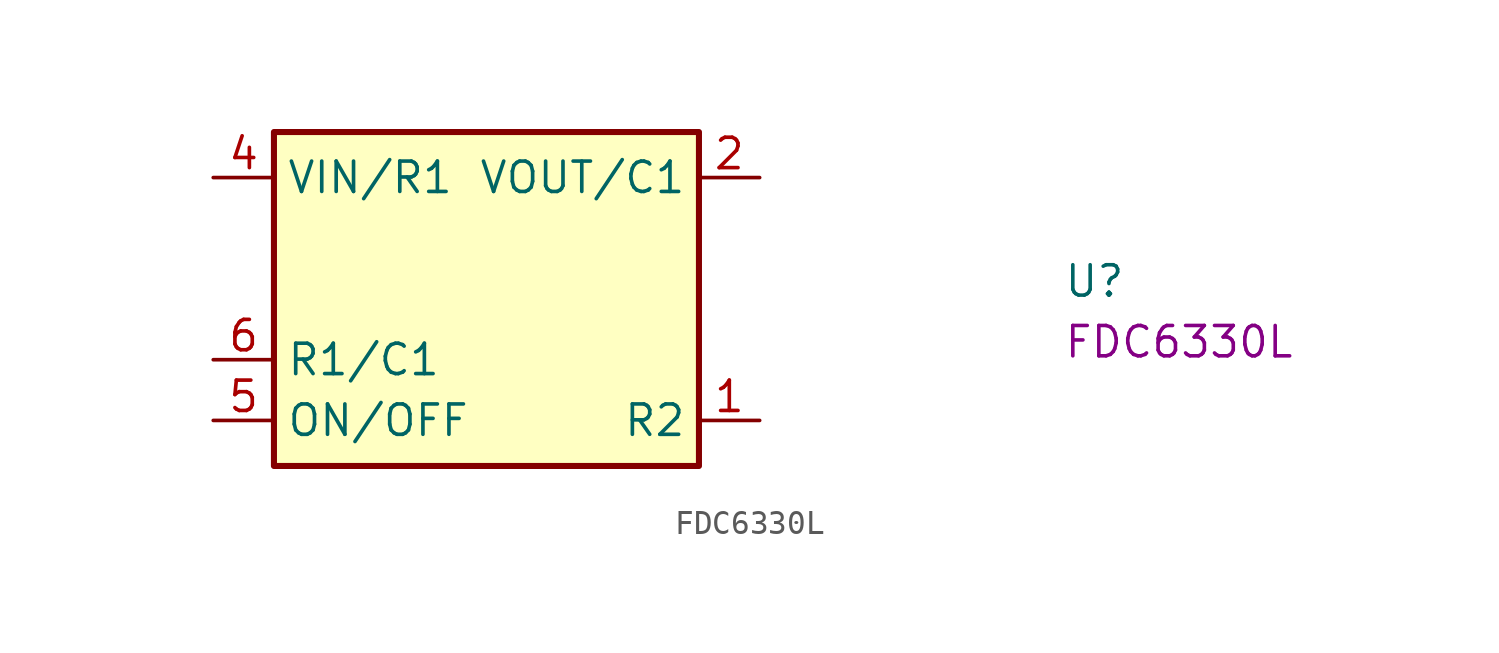
<source format=kicad_sym>
(kicad_symbol_lib
  (version 20220914)
  (generator kicad_symbol_editor)
  (symbol "FDC6330L"
    (property "Reference" "U"
      (at 35.56 -5.08 0)
      (effects (font (size 1.27 1.27) (thickness 0.15)) (justify left bottom)))
    (property "MPN" "FDC6330L"
      (at 35.56 -7.62 0)
      (effects (font (size 1.27 1.27) (thickness 0.15)) (justify left bottom)))
    (symbol "FDC6330L_1_1"
      (rectangle (start 2.54 1.905) (end 20.32 -12.065) (stroke (width 0.254) (type default)) (fill (type background)))
      (pin passive line (at 22.86 -10.16 180) (length 2.54) (name "R2" (effects (font (size 1.27 1.27)))) (number "1" (effects (font (size 1.27 1.27)))))
      (pin power_out line (at 22.86 0 180) (length 2.54) (name "VOUT/C1" (effects (font (size 1.27 1.27)))) (number "2" (effects (font (size 1.27 1.27)))))
      (pin passive line (at 22.86 0 180) (length 2.54) hide (name "VOUT/C1" (effects (font (size 1.27 1.27)))) (number "3" (effects (font (size 1.27 1.27)))))
      (pin input line (at 0 0 0) (length 2.54) (name "VIN/R1" (effects (font (size 1.27 1.27)))) (number "4" (effects (font (size 1.27 1.27)))))
      (pin input line (at 0 -10.16 0) (length 2.54) (name "ON/OFF" (effects (font (size 1.27 1.27)))) (number "5" (effects (font (size 1.27 1.27)))))
      (pin passive line (at 0 -7.62 0) (length 2.54) (name "R1/C1" (effects (font (size 1.27 1.27)))) (number "6" (effects (font (size 1.27 1.27))))))))
</source>
